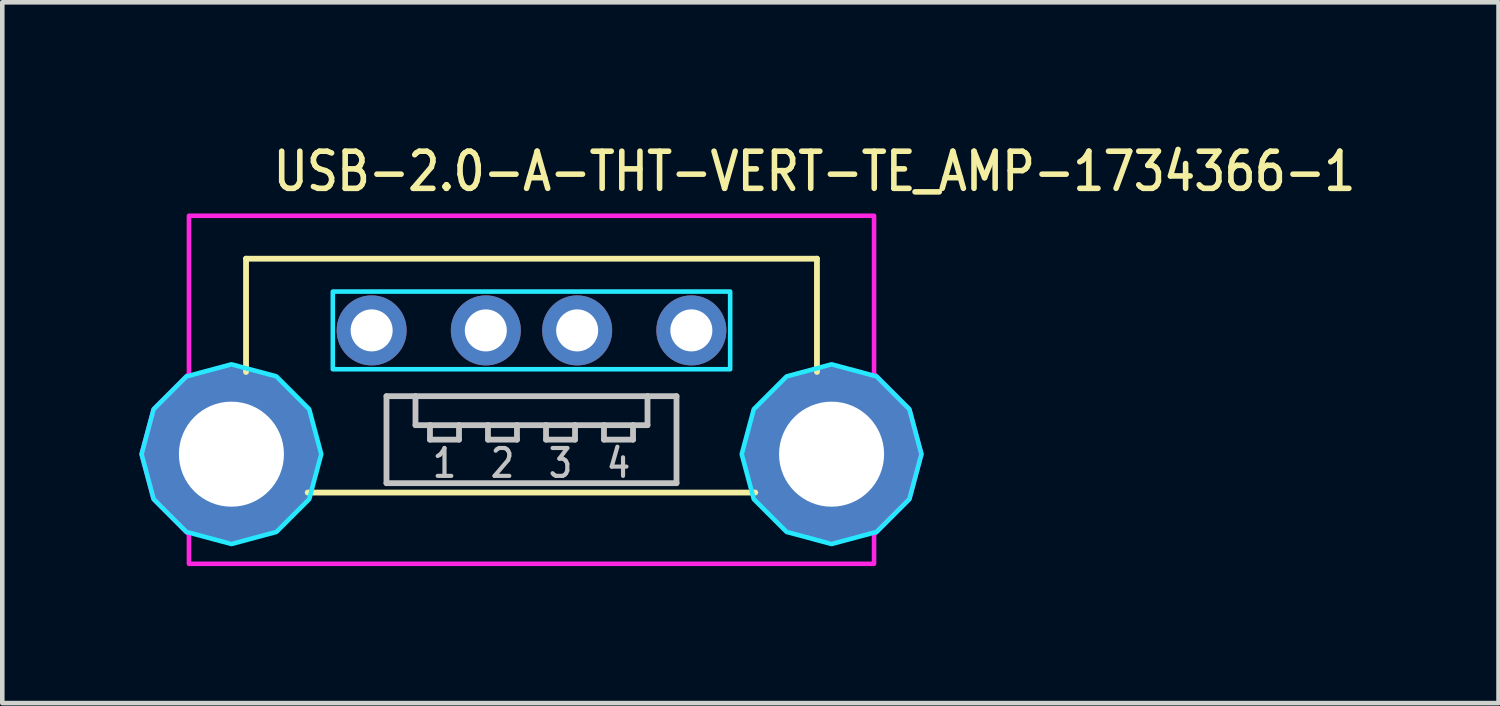
<source format=kicad_pcb>
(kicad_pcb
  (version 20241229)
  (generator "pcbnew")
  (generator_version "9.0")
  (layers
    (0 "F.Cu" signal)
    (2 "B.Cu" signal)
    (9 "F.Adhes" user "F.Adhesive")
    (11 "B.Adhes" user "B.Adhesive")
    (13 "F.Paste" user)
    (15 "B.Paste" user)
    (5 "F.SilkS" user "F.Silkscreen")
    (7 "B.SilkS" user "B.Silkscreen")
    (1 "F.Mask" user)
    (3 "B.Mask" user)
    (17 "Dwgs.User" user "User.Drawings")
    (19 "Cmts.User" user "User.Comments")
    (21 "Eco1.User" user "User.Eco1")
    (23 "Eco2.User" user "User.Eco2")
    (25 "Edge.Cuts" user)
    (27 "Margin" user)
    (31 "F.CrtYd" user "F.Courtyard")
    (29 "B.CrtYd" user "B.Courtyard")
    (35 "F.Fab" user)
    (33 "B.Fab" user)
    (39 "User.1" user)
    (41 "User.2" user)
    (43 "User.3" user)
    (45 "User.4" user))
  (footprint "USB-2.0-A-THT-VERT-TE_AMP-1734366-1"
    (layer "F.Cu")
    (at 8.587 6.894)
    (property "Reference" "USB-2.0-A-THT-VERT-TE_AMP-1734366-1" (at -5.715 -5.715 0) (unlocked yes) (layer "F.SilkS") (effects (font (size 0.813 0.695) (thickness 0.122)) (justify left bottom)))
    (fp_line (start -6.25 -4.28) (end 6.25 -4.28) (stroke (width 0.127) (type solid)) (layer "F.SilkS"))
    (fp_line (start -6.25 -1.8) (end -6.25 -4.28) (stroke (width 0.127) (type solid)) (layer "F.SilkS"))
    (fp_line (start -4.9 0.84) (end 4.9 0.84) (stroke (width 0.127) (type solid)) (layer "F.SilkS"))
    (fp_line (start 6.25 -4.28) (end 6.25 -1.8) (stroke (width 0.127) (type solid)) (layer "F.SilkS"))
    (fp_line (start -3.175 -1.27) (end -2.54 -1.27) (stroke (width 0.127) (type solid)) (layer "Dwgs.User"))
    (fp_line (start -3.175 0.635) (end -3.175 -1.27) (stroke (width 0.127) (type solid)) (layer "Dwgs.User"))
    (fp_line (start -2.54 -1.27) (end -2.54 -0.635) (stroke (width 0.127) (type solid)) (layer "Dwgs.User"))
    (fp_line (start -2.54 -1.27) (end 2.54 -1.27) (stroke (width 0.127) (type solid)) (layer "Dwgs.User"))
    (fp_line (start -2.54 -0.635) (end -2.223 -0.635) (stroke (width 0.127) (type solid)) (layer "Dwgs.User"))
    (fp_line (start -2.223 -0.635) (end -2.223 -0.318) (stroke (width 0.127) (type solid)) (layer "Dwgs.User"))
    (fp_line (start -2.223 -0.635) (end -1.587 -0.635) (stroke (width 0.127) (type solid)) (layer "Dwgs.User"))
    (fp_line (start -2.223 -0.318) (end -1.587 -0.318) (stroke (width 0.127) (type solid)) (layer "Dwgs.User"))
    (fp_line (start -1.587 -0.635) (end -0.953 -0.635) (stroke (width 0.127) (type solid)) (layer "Dwgs.User"))
    (fp_line (start -1.587 -0.318) (end -1.587 -0.635) (stroke (width 0.127) (type solid)) (layer "Dwgs.User"))
    (fp_line (start -0.953 -0.635) (end -0.953 -0.318) (stroke (width 0.127) (type solid)) (layer "Dwgs.User"))
    (fp_line (start -0.953 -0.635) (end -0.318 -0.635) (stroke (width 0.127) (type solid)) (layer "Dwgs.User"))
    (fp_line (start -0.953 -0.318) (end -0.318 -0.318) (stroke (width 0.127) (type solid)) (layer "Dwgs.User"))
    (fp_line (start -0.318 -0.635) (end 0.318 -0.635) (stroke (width 0.127) (type solid)) (layer "Dwgs.User"))
    (fp_line (start -0.318 -0.318) (end -0.318 -0.635) (stroke (width 0.127) (type solid)) (layer "Dwgs.User"))
    (fp_line (start 0.318 -0.635) (end 0.318 -0.318) (stroke (width 0.127) (type solid)) (layer "Dwgs.User"))
    (fp_line (start 0.318 -0.635) (end 0.953 -0.635) (stroke (width 0.127) (type solid)) (layer "Dwgs.User"))
    (fp_line (start 0.318 -0.318) (end 0.953 -0.318) (stroke (width 0.127) (type solid)) (layer "Dwgs.User"))
    (fp_line (start 0.953 -0.635) (end 1.587 -0.635) (stroke (width 0.127) (type solid)) (layer "Dwgs.User"))
    (fp_line (start 0.953 -0.318) (end 0.953 -0.635) (stroke (width 0.127) (type solid)) (layer "Dwgs.User"))
    (fp_line (start 1.587 -0.635) (end 1.587 -0.318) (stroke (width 0.127) (type solid)) (layer "Dwgs.User"))
    (fp_line (start 1.587 -0.635) (end 2.223 -0.635) (stroke (width 0.127) (type solid)) (layer "Dwgs.User"))
    (fp_line (start 1.587 -0.318) (end 2.223 -0.318) (stroke (width 0.127) (type solid)) (layer "Dwgs.User"))
    (fp_line (start 2.223 -0.635) (end 2.54 -0.635) (stroke (width 0.127) (type solid)) (layer "Dwgs.User"))
    (fp_line (start 2.223 -0.318) (end 2.223 -0.635) (stroke (width 0.127) (type solid)) (layer "Dwgs.User"))
    (fp_line (start 2.54 -1.27) (end 3.175 -1.27) (stroke (width 0.127) (type solid)) (layer "Dwgs.User"))
    (fp_line (start 2.54 -0.635) (end 2.54 -1.27) (stroke (width 0.127) (type solid)) (layer "Dwgs.User"))
    (fp_line (start 3.175 -1.27) (end 3.175 0.635) (stroke (width 0.127) (type solid)) (layer "Dwgs.User"))
    (fp_line (start 3.175 0.635) (end -3.175 0.635) (stroke (width 0.127) (type solid)) (layer "Dwgs.User"))
    (fp_poly (pts (xy -4.35 -1.86) (xy -4.35 -3.56) (xy 4.35 -3.56) (xy 4.35 -1.86)) (stroke (width 0.1) (type solid)) (fill no) (layer "B.CrtYd"))
    (fp_poly (pts (xy -4.603 0) (xy -4.867 -0.984) (xy -5.586 -1.703) (xy -6.57 -1.967) (xy -7.554 -1.703) (xy -8.273 -0.984) (xy -8.537 0) (xy -8.273 0.984) (xy -7.554 1.703) (xy -6.57 1.967) (xy -5.586 1.703) (xy -4.867 0.984)) (stroke (width 0.1) (type solid)) (fill no) (layer "B.CrtYd"))
    (fp_poly (pts (xy 8.537 0) (xy 8.273 -0.984) (xy 7.554 -1.703) (xy 6.57 -1.967) (xy 5.586 -1.703) (xy 4.867 -0.984) (xy 4.603 0) (xy 4.867 0.984) (xy 5.586 1.703) (xy 6.57 1.967) (xy 7.554 1.703) (xy 8.273 0.984)) (stroke (width 0.1) (type solid)) (fill no) (layer "B.CrtYd"))
    (fp_poly (pts (xy -7.5 -1.758) (xy -7.5 -5.22) (xy 7.5 -5.22) (xy 7.5 -1.758) (xy 8.273 -0.984) (xy 8.537 0) (xy 8.273 0.984) (xy 7.5 1.758) (xy 7.5 2.4) (xy -7.5 2.4) (xy -7.5 1.758) (xy -8.273 0.984) (xy -8.537 0) (xy -8.273 -0.984)) (stroke (width 0.1) (type solid)) (fill no) (layer "F.CrtYd"))
    (fp_text user "3" (at 0.635 -0.159 0) (unlocked yes) (layer "Dwgs.User") (effects (font (size 0.61 0.521) (thickness 0.091)) (justify top)))
    (fp_text user "4" (at 1.905 -0.159 0) (unlocked yes) (layer "Dwgs.User") (effects (font (size 0.61 0.521) (thickness 0.091)) (justify top)))
    (fp_text user "2" (at -0.635 -0.159 0) (unlocked yes) (layer "Dwgs.User") (effects (font (size 0.61 0.521) (thickness 0.091)) (justify top)))
    (fp_text user "1" (at -1.905 -0.159 0) (unlocked yes) (layer "Dwgs.User") (effects (font (size 0.61 0.521) (thickness 0.091)) (justify top)))
    (pad "P$1" thru_hole oval (at -3.5 -2.71) (size 1.533 1.533) (drill 0.92) (layers "*.Cu" "*.Mask"))
    (pad "P$2" thru_hole oval (at -1 -2.71) (size 1.533 1.533) (drill 0.92) (layers "*.Cu" "*.Mask"))
    (pad "P$3" thru_hole oval (at 1 -2.71) (size 1.533 1.533) (drill 0.92) (layers "*.Cu" "*.Mask"))
    (pad "P$4" thru_hole oval (at 3.5 -2.71) (size 1.533 1.533) (drill 0.92) (layers "*.Cu" "*.Mask"))
    (pad "S$1" thru_hole oval (at -6.57 0) (size 3.833 3.833) (drill 2.3) (layers "*.Cu" "*.Mask"))
    (pad "S$2" thru_hole oval (at 6.57 0) (size 3.833 3.833) (drill 2.3) (layers "*.Cu" "*.Mask")))
  (gr_rect
    (start -3 -3)
    (end 29.76 12.344)
    (stroke (width 0.1) (type default))
    (fill no)
    (layer "Edge.Cuts")))
</source>
